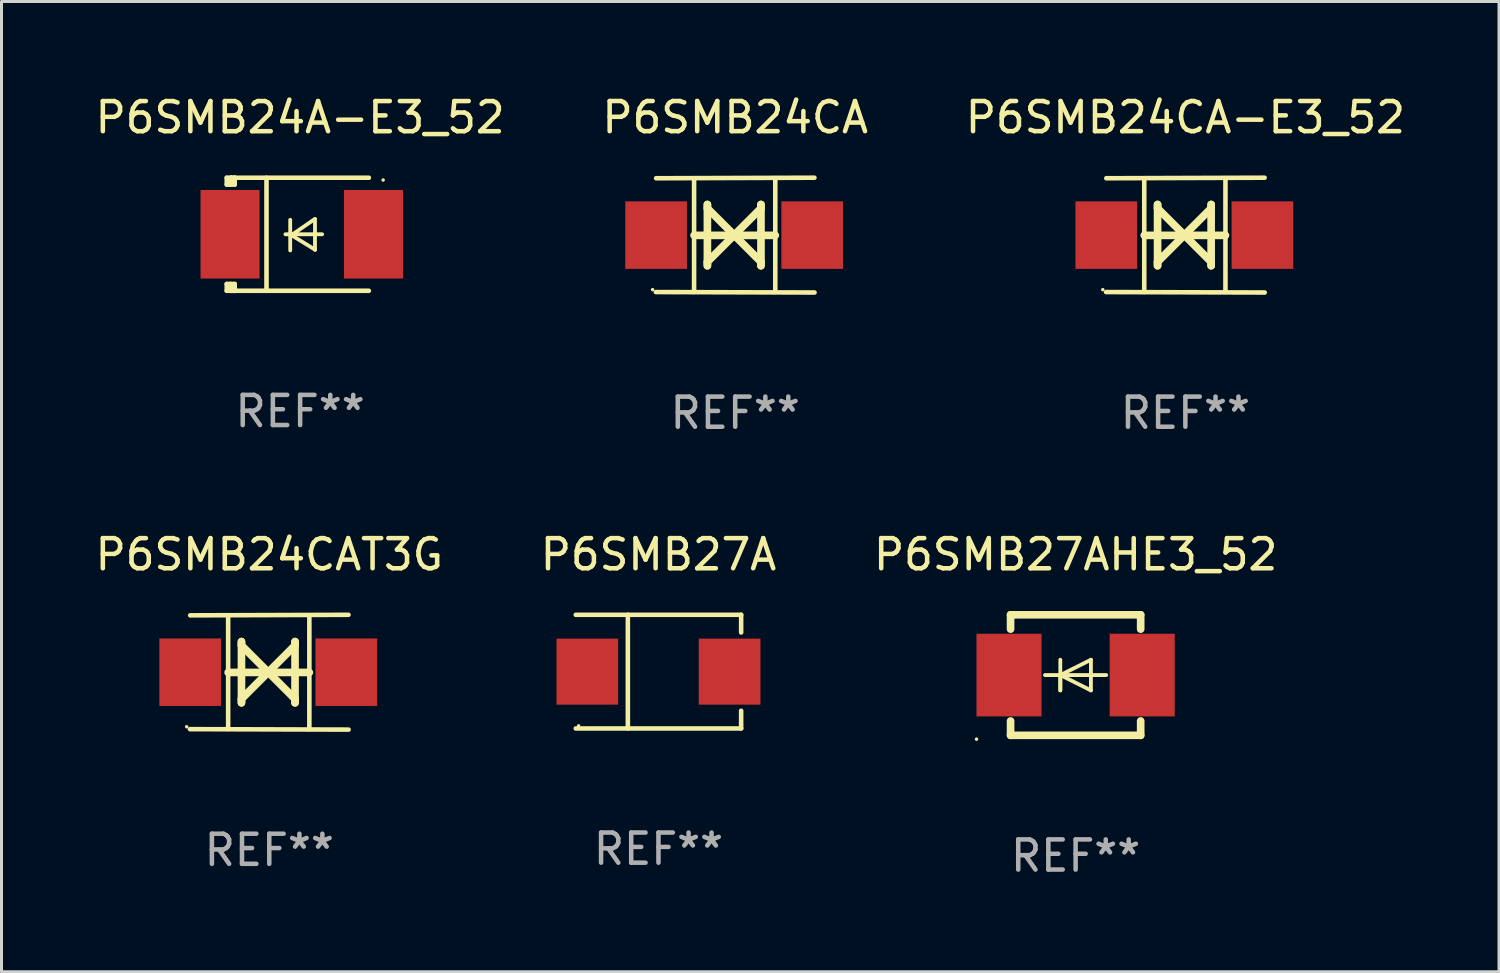
<source format=kicad_pcb>
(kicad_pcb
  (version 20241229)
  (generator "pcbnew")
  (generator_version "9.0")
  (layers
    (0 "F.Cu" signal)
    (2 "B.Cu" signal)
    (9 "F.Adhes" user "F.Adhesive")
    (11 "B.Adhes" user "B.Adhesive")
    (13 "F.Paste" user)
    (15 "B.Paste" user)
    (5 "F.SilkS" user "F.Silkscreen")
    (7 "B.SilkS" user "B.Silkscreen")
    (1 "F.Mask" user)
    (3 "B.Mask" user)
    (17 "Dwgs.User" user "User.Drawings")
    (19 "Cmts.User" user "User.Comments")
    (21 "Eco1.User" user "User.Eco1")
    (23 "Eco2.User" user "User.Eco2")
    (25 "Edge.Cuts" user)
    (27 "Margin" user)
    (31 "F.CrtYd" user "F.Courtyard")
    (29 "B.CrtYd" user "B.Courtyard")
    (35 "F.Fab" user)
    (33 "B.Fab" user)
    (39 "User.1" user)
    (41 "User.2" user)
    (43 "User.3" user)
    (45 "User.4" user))
  (footprint "P6SMB27A"
    (layer "F.Cu")
    (at 18.804 19.241)
    (property "Reference" "P6SMB27A" (at 0 -3.886 0) (layer "F.SilkS") (effects (font (size 1 1) (thickness 0.15))))
    (attr through_hole)
    (fp_line (start -2.744 -1.886) (end 2.744 -1.886) (stroke (width 0.152) (type solid)) (layer "F.SilkS"))
    (fp_line (start -2.744 1.886) (end 2.744 1.886) (stroke (width 0.152) (type solid)) (layer "F.SilkS"))
    (fp_line (start -1.016 -1.886) (end -1.016 1.886) (stroke (width 0.152) (type solid)) (layer "F.SilkS"))
    (fp_line (start 2.744 -1.886) (end 2.744 -1.299) (stroke (width 0.152) (type solid)) (layer "F.SilkS"))
    (fp_line (start 2.744 1.886) (end 2.744 1.299) (stroke (width 0.152) (type solid)) (layer "F.SilkS"))
    (fp_circle (center -2.65 1.8) (end -2.62 1.8) (stroke (width 0.06) (type solid)) (fill no) (layer "F.SilkS"))
    (fp_text user "REF**" (at 0 5.886 0) (layer "F.Fab") (effects (font (size 1 1) (thickness 0.15))))
    (pad "1" smd rect (at -2.361 0) (size 2.047 2.192) (layers "F.Cu" "F.Mask" "F.Paste"))
    (pad "2" smd rect (at 2.361 0) (size 2.047 2.192) (layers "F.Cu" "F.Mask" "F.Paste")))
  (footprint "P6SMB24CA-E3_52"
    (layer "F.Cu")
    (at 36.292 4.753)
    (property "Reference" "P6SMB24CA-E3_52" (at 0 -3.905 0) (layer "F.SilkS") (effects (font (size 1 1) (thickness 0.15))))
    (attr through_hole)
    (fp_line (start -1.365 1.886) (end -1.365 -1.886) (stroke (width 0.152) (type solid)) (layer "F.SilkS"))
    (fp_line (start -1.365 0.008) (end 1.33 0.008) (stroke (width 0.254) (type solid)) (layer "F.SilkS"))
    (fp_line (start -0.923 -1.016) (end -0.923 1.016) (stroke (width 0.254) (type solid)) (layer "F.SilkS"))
    (fp_line (start -0.923 -0.889) (end -0.923 -1.016) (stroke (width 0.254) (type solid)) (layer "F.SilkS"))
    (fp_line (start -0.923 0.889) (end -0.034 0) (stroke (width 0.254) (type solid)) (layer "F.SilkS"))
    (fp_line (start -0.923 1.016) (end -0.923 0.889) (stroke (width 0.254) (type solid)) (layer "F.SilkS"))
    (fp_line (start -0.034 0) (end -0.923 -0.889) (stroke (width 0.254) (type solid)) (layer "F.SilkS"))
    (fp_line (start -0.034 0) (end 0.855 0.889) (stroke (width 0.254) (type solid)) (layer "F.SilkS"))
    (fp_line (start 0.855 -1.016) (end 0.855 -0.889) (stroke (width 0.254) (type solid)) (layer "F.SilkS"))
    (fp_line (start 0.855 -0.889) (end -0.034 0) (stroke (width 0.254) (type solid)) (layer "F.SilkS"))
    (fp_line (start 0.855 0.889) (end 0.855 1.016) (stroke (width 0.254) (type solid)) (layer "F.SilkS"))
    (fp_line (start 0.855 1.016) (end 0.855 -1.016) (stroke (width 0.254) (type solid)) (layer "F.SilkS"))
    (fp_line (start 1.33 1.886) (end 1.33 -1.886) (stroke (width 0.152) (type solid)) (layer "F.SilkS"))
    (fp_line (start 2.629 -1.905) (end -2.625 -1.887) (stroke (width 0.152) (type solid)) (layer "F.SilkS"))
    (fp_line (start 2.633 1.905) (end -2.633 1.89) (stroke (width 0.152) (type solid)) (layer "F.SilkS"))
    (fp_circle (center -2.741 1.81) (end -2.711 1.81) (stroke (width 0.06) (type solid)) (fill no) (layer "F.SilkS"))
    (fp_text user "REF**" (at 0 5.905 0) (layer "F.Fab") (effects (font (size 1 1) (thickness 0.15))))
    (pad "1" smd rect (at -2.625 0) (size 2.047 2.241) (layers "F.Cu" "F.Mask" "F.Paste"))
    (pad "2" smd rect (at 2.557 0) (size 2.047 2.241) (layers "F.Cu" "F.Mask" "F.Paste")))
  (footprint "P6SMB27AHE3_52"
    (layer "F.Cu")
    (at 32.649 19.355)
    (property "Reference" "P6SMB27AHE3_52" (at 0 -4 0) (layer "F.SilkS") (effects (font (size 1 1) (thickness 0.15))))
    (attr through_hole)
    (fp_line (start -2.159 -2) (end 2.159 -2) (stroke (width 0.254) (type solid)) (layer "F.SilkS"))
    (fp_line (start -2.159 -1.524) (end -2.159 -2) (stroke (width 0.254) (type solid)) (layer "F.SilkS"))
    (fp_line (start -2.159 1.524) (end -2.159 2) (stroke (width 0.254) (type solid)) (layer "F.SilkS"))
    (fp_line (start -2.159 2) (end 2.159 2) (stroke (width 0.254) (type solid)) (layer "F.SilkS"))
    (fp_line (start -0.508 0) (end -0.508 0.508) (stroke (width 0.127) (type solid)) (layer "F.SilkS"))
    (fp_line (start -0.508 0) (end 0.508 0.508) (stroke (width 0.127) (type solid)) (layer "F.SilkS"))
    (fp_line (start -0.508 0.508) (end -0.508 -0.508) (stroke (width 0.127) (type solid)) (layer "F.SilkS"))
    (fp_line (start 0.508 -0.508) (end -0.508 0) (stroke (width 0.127) (type solid)) (layer "F.SilkS"))
    (fp_line (start 0.508 0.508) (end 0.508 -0.508) (stroke (width 0.127) (type solid)) (layer "F.SilkS"))
    (fp_line (start 1.016 0) (end -1.016 0) (stroke (width 0.127) (type solid)) (layer "F.SilkS"))
    (fp_line (start 2.159 -2) (end 2.159 -1.524) (stroke (width 0.254) (type solid)) (layer "F.SilkS"))
    (fp_line (start 2.159 2) (end 2.159 1.524) (stroke (width 0.254) (type solid)) (layer "F.SilkS"))
    (fp_circle (center -3.289 2.127) (end -3.259 2.127) (stroke (width 0.06) (type solid)) (fill no) (layer "F.SilkS"))
    (fp_text user "REF**" (at 0 6 0) (layer "F.Fab") (effects (font (size 1 1) (thickness 0.15))))
    (pad "1" smd rect (at -2.21 0 180) (size 2.159 2.743) (layers "F.Cu" "F.Mask" "F.Paste"))
    (pad "2" smd rect (at 2.21 0 180) (size 2.159 2.743) (layers "F.Cu" "F.Mask" "F.Paste")))
  (footprint "P6SMB24CAT3G"
    (layer "F.Cu")
    (at 5.887 19.26)
    (property "Reference" "P6SMB24CAT3G" (at 0 -3.905 0) (layer "F.SilkS") (effects (font (size 1 1) (thickness 0.15))))
    (attr through_hole)
    (fp_line (start -1.365 1.886) (end -1.365 -1.886) (stroke (width 0.152) (type solid)) (layer "F.SilkS"))
    (fp_line (start -1.365 0.008) (end 1.33 0.008) (stroke (width 0.254) (type solid)) (layer "F.SilkS"))
    (fp_line (start -0.923 -1.016) (end -0.923 1.016) (stroke (width 0.254) (type solid)) (layer "F.SilkS"))
    (fp_line (start -0.923 -0.889) (end -0.923 -1.016) (stroke (width 0.254) (type solid)) (layer "F.SilkS"))
    (fp_line (start -0.923 0.889) (end -0.034 0) (stroke (width 0.254) (type solid)) (layer "F.SilkS"))
    (fp_line (start -0.923 1.016) (end -0.923 0.889) (stroke (width 0.254) (type solid)) (layer "F.SilkS"))
    (fp_line (start -0.034 0) (end -0.923 -0.889) (stroke (width 0.254) (type solid)) (layer "F.SilkS"))
    (fp_line (start -0.034 0) (end 0.855 0.889) (stroke (width 0.254) (type solid)) (layer "F.SilkS"))
    (fp_line (start 0.855 -1.016) (end 0.855 -0.889) (stroke (width 0.254) (type solid)) (layer "F.SilkS"))
    (fp_line (start 0.855 -0.889) (end -0.034 0) (stroke (width 0.254) (type solid)) (layer "F.SilkS"))
    (fp_line (start 0.855 0.889) (end 0.855 1.016) (stroke (width 0.254) (type solid)) (layer "F.SilkS"))
    (fp_line (start 0.855 1.016) (end 0.855 -1.016) (stroke (width 0.254) (type solid)) (layer "F.SilkS"))
    (fp_line (start 1.33 1.886) (end 1.33 -1.886) (stroke (width 0.152) (type solid)) (layer "F.SilkS"))
    (fp_line (start 2.629 -1.905) (end -2.625 -1.887) (stroke (width 0.152) (type solid)) (layer "F.SilkS"))
    (fp_line (start 2.633 1.905) (end -2.633 1.89) (stroke (width 0.152) (type solid)) (layer "F.SilkS"))
    (fp_circle (center -2.741 1.81) (end -2.711 1.81) (stroke (width 0.06) (type solid)) (fill no) (layer "F.SilkS"))
    (fp_text user "REF**" (at 0 5.905 0) (layer "F.Fab") (effects (font (size 1 1) (thickness 0.15))))
    (pad "1" smd rect (at -2.625 0) (size 2.047 2.241) (layers "F.Cu" "F.Mask" "F.Paste"))
    (pad "2" smd rect (at 2.557 0) (size 2.047 2.241) (layers "F.Cu" "F.Mask" "F.Paste")))
  (footprint "P6SMB24A-E3_52"
    (layer "F.Cu")
    (at 6.911 4.725)
    (property "Reference" "P6SMB24A-E3_52" (at 0 -3.876 0) (layer "F.SilkS") (effects (font (size 1 1) (thickness 0.15))))
    (attr through_hole)
    (fp_line (start -2.435 1.65) (end -2.171 1.65) (stroke (width 0.152) (type solid)) (layer "F.SilkS"))
    (fp_line (start -2.435 1.876) (end -2.435 1.65) (stroke (width 0.152) (type solid)) (layer "F.SilkS"))
    (fp_line (start -2.435 -1.876) (end -2.171 -1.876) (stroke (width 0.152) (type solid)) (layer "F.SilkS"))
    (fp_line (start -2.435 -1.65) (end -2.435 -1.876) (stroke (width 0.152) (type solid)) (layer "F.SilkS"))
    (fp_line (start -2.305 -1.866) (end -2.295 -1.876) (stroke (width 0.152) (type solid)) (layer "F.SilkS"))
    (fp_line (start -2.305 -1.65) (end -2.305 -1.866) (stroke (width 0.152) (type solid)) (layer "F.SilkS"))
    (fp_line (start -2.305 1.876) (end -2.305 1.65) (stroke (width 0.152) (type solid)) (layer "F.SilkS"))
    (fp_line (start -2.295 -1.876) (end -2.295 -1.65) (stroke (width 0.152) (type solid)) (layer "F.SilkS"))
    (fp_line (start -2.171 1.876) (end -2.435 1.876) (stroke (width 0.152) (type solid)) (layer "F.SilkS"))
    (fp_line (start -2.171 -1.65) (end -2.435 -1.65) (stroke (width 0.152) (type solid)) (layer "F.SilkS"))
    (fp_line (start -2.171 -1.876) (end -2.295 -1.876) (stroke (width 0.152) (type solid)) (layer "F.SilkS"))
    (fp_line (start -2.171 -1.65) (end -2.171 -1.876) (stroke (width 0.152) (type solid)) (layer "F.SilkS"))
    (fp_line (start -2.171 1.876) (end -2.305 1.876) (stroke (width 0.152) (type solid)) (layer "F.SilkS"))
    (fp_line (start -2.171 1.876) (end -2.171 1.65) (stroke (width 0.152) (type solid)) (layer "F.SilkS"))
    (fp_line (start -1.116 1.876) (end -1.116 -1.876) (stroke (width 0.152) (type solid)) (layer "F.SilkS"))
    (fp_line (start -0.488 0.000102) (end 0.731 0.000102) (stroke (width 0.127) (type solid)) (layer "F.SilkS"))
    (fp_line (start -0.329 -0.48) (end -0.329 0.536) (stroke (width 0.127) (type solid)) (layer "F.SilkS"))
    (fp_line (start -0.29 0.03) (end 0.493 0.51) (stroke (width 0.127) (type solid)) (layer "F.SilkS"))
    (fp_line (start 0.493 -0.51) (end -0.29 0.03) (stroke (width 0.127) (type solid)) (layer "F.SilkS"))
    (fp_line (start 0.493 0.52) (end 0.493 -0.496) (stroke (width 0.127) (type solid)) (layer "F.SilkS"))
    (fp_line (start 2.281 -1.876) (end -2.171 -1.876) (stroke (width 0.152) (type solid)) (layer "F.SilkS"))
    (fp_line (start 2.281 1.876) (end -2.171 1.876) (stroke (width 0.152) (type solid)) (layer "F.SilkS"))
    (fp_circle (center 2.755 -1.8) (end 2.785 -1.8) (stroke (width 0.06) (type solid)) (fill no) (layer "F.SilkS"))
    (fp_text user "REF**" (at 0 5.876 0) (layer "F.Fab") (effects (font (size 1 1) (thickness 0.15))))
    (pad "1" smd rect (at 2.435 -0.000025 180) (size 1.96 2.94) (layers "F.Cu" "F.Mask" "F.Paste"))
    (pad "2" smd rect (at -2.325 -0.000025 180) (size 1.96 2.94) (layers "F.Cu" "F.Mask" "F.Paste")))
  (footprint "P6SMB24CA"
    (layer "F.Cu")
    (at 21.351 4.753)
    (property "Reference" "P6SMB24CA" (at 0 -3.905 0) (layer "F.SilkS") (effects (font (size 1 1) (thickness 0.15))))
    (attr through_hole)
    (fp_line (start -1.365 1.886) (end -1.365 -1.886) (stroke (width 0.152) (type solid)) (layer "F.SilkS"))
    (fp_line (start -1.365 0.008) (end 1.33 0.008) (stroke (width 0.254) (type solid)) (layer "F.SilkS"))
    (fp_line (start -0.923 -1.016) (end -0.923 1.016) (stroke (width 0.254) (type solid)) (layer "F.SilkS"))
    (fp_line (start -0.923 -0.889) (end -0.923 -1.016) (stroke (width 0.254) (type solid)) (layer "F.SilkS"))
    (fp_line (start -0.923 0.889) (end -0.034 0) (stroke (width 0.254) (type solid)) (layer "F.SilkS"))
    (fp_line (start -0.923 1.016) (end -0.923 0.889) (stroke (width 0.254) (type solid)) (layer "F.SilkS"))
    (fp_line (start -0.034 0) (end -0.923 -0.889) (stroke (width 0.254) (type solid)) (layer "F.SilkS"))
    (fp_line (start -0.034 0) (end 0.855 0.889) (stroke (width 0.254) (type solid)) (layer "F.SilkS"))
    (fp_line (start 0.855 -1.016) (end 0.855 -0.889) (stroke (width 0.254) (type solid)) (layer "F.SilkS"))
    (fp_line (start 0.855 -0.889) (end -0.034 0) (stroke (width 0.254) (type solid)) (layer "F.SilkS"))
    (fp_line (start 0.855 0.889) (end 0.855 1.016) (stroke (width 0.254) (type solid)) (layer "F.SilkS"))
    (fp_line (start 0.855 1.016) (end 0.855 -1.016) (stroke (width 0.254) (type solid)) (layer "F.SilkS"))
    (fp_line (start 1.33 1.886) (end 1.33 -1.886) (stroke (width 0.152) (type solid)) (layer "F.SilkS"))
    (fp_line (start 2.629 -1.905) (end -2.625 -1.887) (stroke (width 0.152) (type solid)) (layer "F.SilkS"))
    (fp_line (start 2.633 1.905) (end -2.633 1.89) (stroke (width 0.152) (type solid)) (layer "F.SilkS"))
    (fp_circle (center -2.741 1.81) (end -2.711 1.81) (stroke (width 0.06) (type solid)) (fill no) (layer "F.SilkS"))
    (fp_text user "REF**" (at 0 5.905 0) (layer "F.Fab") (effects (font (size 1 1) (thickness 0.15))))
    (pad "1" smd rect (at -2.625 0) (size 2.047 2.241) (layers "F.Cu" "F.Mask" "F.Paste"))
    (pad "2" smd rect (at 2.557 0) (size 2.047 2.241) (layers "F.Cu" "F.Mask" "F.Paste")))
  (gr_rect
    (start -3 -3)
    (end 46.702 29.203)
    (stroke (width 0.1) (type default))
    (fill no)
    (layer "Edge.Cuts")))
</source>
